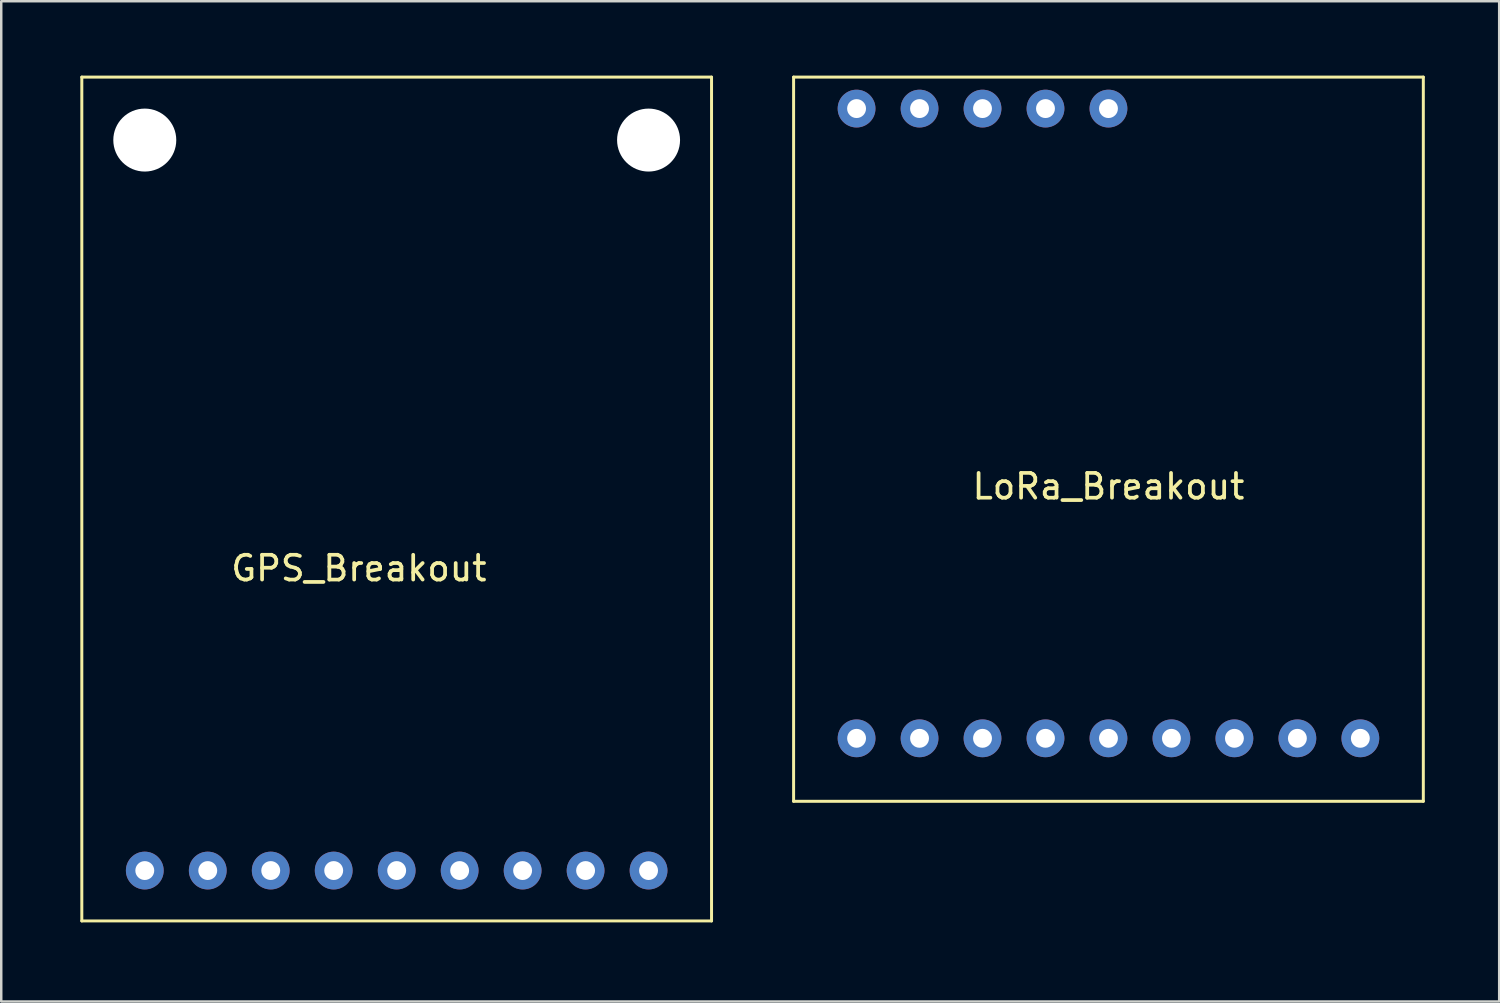
<source format=kicad_pcb>
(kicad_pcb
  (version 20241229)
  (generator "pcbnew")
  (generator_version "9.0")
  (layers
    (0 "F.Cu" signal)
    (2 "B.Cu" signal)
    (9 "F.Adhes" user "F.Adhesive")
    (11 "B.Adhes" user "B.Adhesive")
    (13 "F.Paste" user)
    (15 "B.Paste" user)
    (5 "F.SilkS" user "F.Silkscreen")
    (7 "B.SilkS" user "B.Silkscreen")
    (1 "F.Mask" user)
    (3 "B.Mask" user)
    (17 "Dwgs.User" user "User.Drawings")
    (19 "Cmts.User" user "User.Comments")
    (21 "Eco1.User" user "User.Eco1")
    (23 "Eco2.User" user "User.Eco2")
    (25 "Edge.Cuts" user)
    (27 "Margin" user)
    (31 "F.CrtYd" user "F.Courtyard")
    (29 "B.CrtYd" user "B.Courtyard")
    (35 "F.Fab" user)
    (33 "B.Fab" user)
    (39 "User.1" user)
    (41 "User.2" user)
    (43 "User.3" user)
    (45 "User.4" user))
  (footprint "GPS_Breakout"
    (layer "F.Cu")
    (at 0.25 34.096)
    (property "Reference" "GPS_Breakout" (at 11.176 -14.224 0) (layer "F.SilkS") (effects (font (size 1 1) (thickness 0.15))))
    (attr through_hole)
    (fp_line (start 0 -34.036) (end 25.4 -34.036) (stroke (width 0.12) (type solid)) (layer "F.SilkS"))
    (fp_line (start 0 0) (end 0 -34.036) (stroke (width 0.12) (type solid)) (layer "F.SilkS"))
    (fp_line (start 25.4 -34.036) (end 25.4 0) (stroke (width 0.12) (type solid)) (layer "F.SilkS"))
    (fp_line (start 25.4 0) (end 0 0) (stroke (width 0.12) (type solid)) (layer "F.SilkS"))
    (pad "" np_thru_hole circle (at 2.54 -31.496) (size 2.54 2.54) (drill 2.54) (layers "*.Cu" "*.Mask"))
    (pad "" np_thru_hole circle (at 22.86 -31.496) (size 2.54 2.54) (drill 2.54) (layers "*.Cu" "*.Mask"))
    (pad "1" thru_hole circle (at 2.54 -2.032) (size 1.524 1.524) (drill 0.762) (layers "*.Cu" "*.Mask"))
    (pad "2" thru_hole circle (at 5.08 -2.032) (size 1.524 1.524) (drill 0.762) (layers "*.Cu" "*.Mask"))
    (pad "3" thru_hole circle (at 7.62 -2.032) (size 1.524 1.524) (drill 0.762) (layers "*.Cu" "*.Mask"))
    (pad "4" thru_hole circle (at 10.16 -2.032) (size 1.524 1.524) (drill 0.762) (layers "*.Cu" "*.Mask"))
    (pad "5" thru_hole circle (at 12.7 -2.032) (size 1.524 1.524) (drill 0.762) (layers "*.Cu" "*.Mask"))
    (pad "6" thru_hole circle (at 15.24 -2.032) (size 1.524 1.524) (drill 0.762) (layers "*.Cu" "*.Mask"))
    (pad "7" thru_hole circle (at 17.78 -2.032) (size 1.524 1.524) (drill 0.762) (layers "*.Cu" "*.Mask"))
    (pad "8" thru_hole circle (at 20.32 -2.032) (size 1.524 1.524) (drill 0.762) (layers "*.Cu" "*.Mask"))
    (pad "9" thru_hole circle (at 22.86 -2.032) (size 1.524 1.524) (drill 0.762) (layers "*.Cu" "*.Mask")))
  (footprint "LoRa_Breakout"
    (layer "F.Cu")
    (at 28.96 29.27)
    (property "Reference" "LoRa_Breakout" (at 12.7 -12.7 0) (layer "F.SilkS") (effects (font (size 1 1) (thickness 0.15))))
    (attr through_hole)
    (fp_line (start 0 -29.21) (end 25.4 -29.21) (stroke (width 0.12) (type solid)) (layer "F.SilkS"))
    (fp_line (start 0 0) (end 0 -29.21) (stroke (width 0.12) (type solid)) (layer "F.SilkS"))
    (fp_line (start 25.4 -29.21) (end 25.4 0) (stroke (width 0.12) (type solid)) (layer "F.SilkS"))
    (fp_line (start 25.4 0) (end 0 0) (stroke (width 0.12) (type solid)) (layer "F.SilkS"))
    (pad "1" thru_hole circle (at 2.54 -2.54) (size 1.524 1.524) (drill 0.762) (layers "*.Cu" "*.Mask"))
    (pad "2" thru_hole circle (at 5.08 -2.54) (size 1.524 1.524) (drill 0.762) (layers "*.Cu" "*.Mask"))
    (pad "3" thru_hole circle (at 7.62 -2.54) (size 1.524 1.524) (drill 0.762) (layers "*.Cu" "*.Mask"))
    (pad "4" thru_hole circle (at 10.16 -2.54) (size 1.524 1.524) (drill 0.762) (layers "*.Cu" "*.Mask"))
    (pad "5" thru_hole circle (at 12.7 -2.54) (size 1.524 1.524) (drill 0.762) (layers "*.Cu" "*.Mask"))
    (pad "6" thru_hole circle (at 15.24 -2.54) (size 1.524 1.524) (drill 0.762) (layers "*.Cu" "*.Mask"))
    (pad "7" thru_hole circle (at 17.78 -2.54) (size 1.524 1.524) (drill 0.762) (layers "*.Cu" "*.Mask"))
    (pad "8" thru_hole circle (at 20.32 -2.54) (size 1.524 1.524) (drill 0.762) (layers "*.Cu" "*.Mask"))
    (pad "9" thru_hole circle (at 22.86 -2.54) (size 1.524 1.524) (drill 0.762) (layers "*.Cu" "*.Mask"))
    (pad "10" thru_hole circle (at 2.54 -27.94) (size 1.524 1.524) (drill 0.762) (layers "*.Cu" "*.Mask"))
    (pad "11" thru_hole circle (at 5.08 -27.94) (size 1.524 1.524) (drill 0.762) (layers "*.Cu" "*.Mask"))
    (pad "12" thru_hole circle (at 7.62 -27.94) (size 1.524 1.524) (drill 0.762) (layers "*.Cu" "*.Mask"))
    (pad "13" thru_hole circle (at 10.16 -27.94) (size 1.524 1.524) (drill 0.762) (layers "*.Cu" "*.Mask"))
    (pad "14" thru_hole circle (at 12.7 -27.94) (size 1.524 1.524) (drill 0.762) (layers "*.Cu" "*.Mask")))
  (gr_rect
    (start -3 -3)
    (end 57.42 37.346)
    (stroke (width 0.1) (type default))
    (fill no)
    (layer "Edge.Cuts")))
</source>
